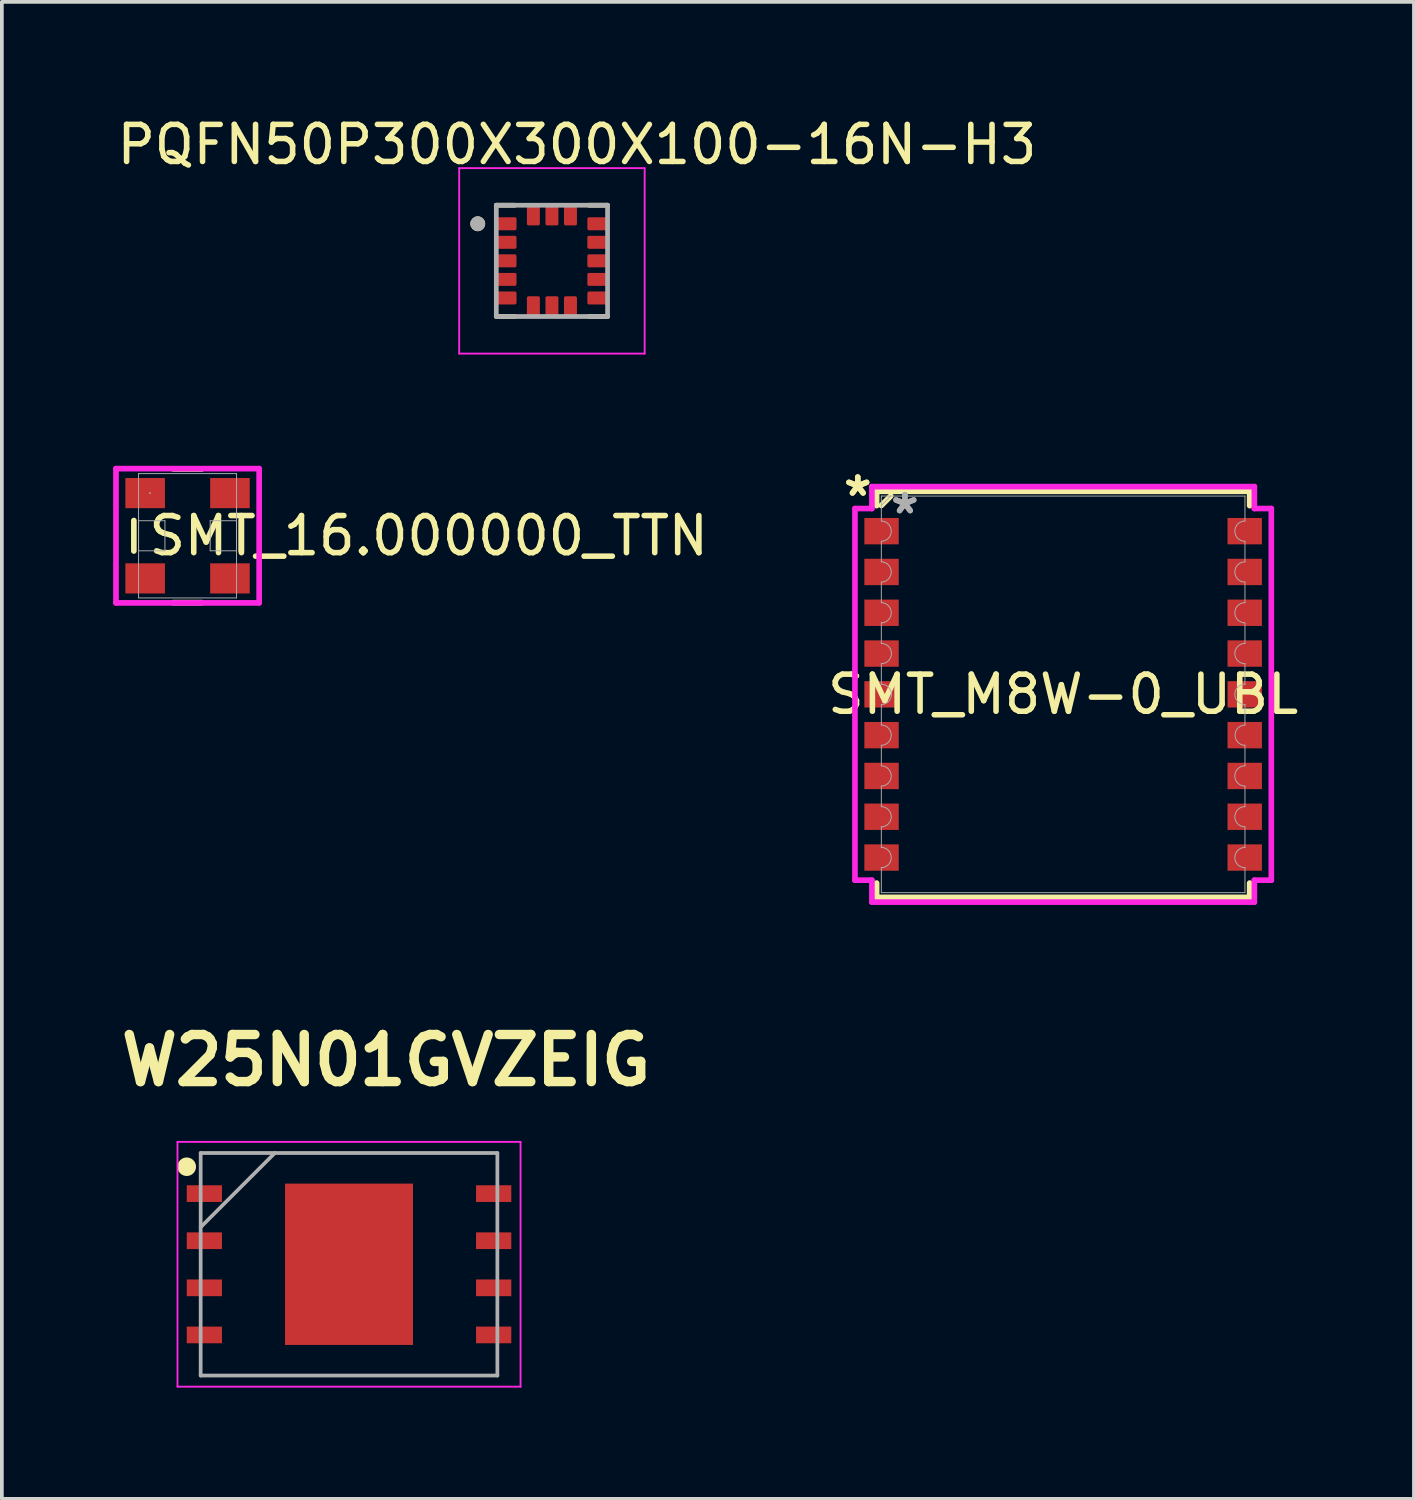
<source format=kicad_pcb>
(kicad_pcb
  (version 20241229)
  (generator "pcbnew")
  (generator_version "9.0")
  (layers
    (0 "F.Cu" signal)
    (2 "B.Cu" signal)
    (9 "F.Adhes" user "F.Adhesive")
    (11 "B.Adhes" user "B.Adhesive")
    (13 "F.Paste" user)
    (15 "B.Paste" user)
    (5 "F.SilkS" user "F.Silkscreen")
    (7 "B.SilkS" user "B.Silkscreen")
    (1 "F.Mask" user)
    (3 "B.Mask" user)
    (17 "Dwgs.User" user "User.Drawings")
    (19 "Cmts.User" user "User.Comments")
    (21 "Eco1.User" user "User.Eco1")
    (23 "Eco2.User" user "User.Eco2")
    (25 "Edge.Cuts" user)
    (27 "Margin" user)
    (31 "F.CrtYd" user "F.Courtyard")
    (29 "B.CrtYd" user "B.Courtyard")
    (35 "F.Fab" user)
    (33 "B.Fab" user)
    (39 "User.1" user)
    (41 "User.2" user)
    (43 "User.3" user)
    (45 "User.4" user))
  (footprint "SMT_M8W-0_UBL"
    (layer "F.Cu")
    (at 25.614 15.671)
    (property "Reference" "SMT_M8W-0_UBL" (at 0 0 0) (unlocked yes) (layer "F.SilkS") (effects (font (size 1 1) (thickness 0.15))))
    (attr smd)
    (fp_line (start -5.029 -5.474) (end 5.029 -5.474) (stroke (width 0.152) (type solid)) (layer "F.SilkS"))
    (fp_line (start -5.029 -5.088) (end -5.029 -5.474) (stroke (width 0.152) (type solid)) (layer "F.SilkS"))
    (fp_line (start -5.029 5.088) (end -5.029 5.474) (stroke (width 0.152) (type solid)) (layer "F.SilkS"))
    (fp_line (start -5.029 5.474) (end 5.029 5.474) (stroke (width 0.152) (type solid)) (layer "F.SilkS"))
    (fp_line (start -4.648 -5.347) (end -4.902 -5.093) (stroke (width 0.152) (type solid)) (layer "F.SilkS"))
    (fp_line (start 5.029 -5.088) (end 5.029 -5.474) (stroke (width 0.152) (type solid)) (layer "F.SilkS"))
    (fp_line (start 5.029 5.088) (end 5.029 5.474) (stroke (width 0.152) (type solid)) (layer "F.SilkS"))
    (fp_line (start -5.613 -5.01) (end -5.156 -5.01) (stroke (width 0.152) (type solid)) (layer "F.CrtYd"))
    (fp_line (start -5.613 5.01) (end -5.613 -5.01) (stroke (width 0.152) (type solid)) (layer "F.CrtYd"))
    (fp_line (start -5.613 5.01) (end -5.156 5.01) (stroke (width 0.152) (type solid)) (layer "F.CrtYd"))
    (fp_line (start -5.156 -5.601) (end 5.156 -5.601) (stroke (width 0.152) (type solid)) (layer "F.CrtYd"))
    (fp_line (start -5.156 -5.01) (end -5.156 -5.601) (stroke (width 0.152) (type solid)) (layer "F.CrtYd"))
    (fp_line (start -5.156 5.601) (end -5.156 5.01) (stroke (width 0.152) (type solid)) (layer "F.CrtYd"))
    (fp_line (start 5.156 -5.601) (end 5.156 -5.01) (stroke (width 0.152) (type solid)) (layer "F.CrtYd"))
    (fp_line (start 5.156 5.01) (end 5.156 5.601) (stroke (width 0.152) (type solid)) (layer "F.CrtYd"))
    (fp_line (start 5.156 5.601) (end -5.156 5.601) (stroke (width 0.152) (type solid)) (layer "F.CrtYd"))
    (fp_line (start 5.613 -5.01) (end 5.156 -5.01) (stroke (width 0.152) (type solid)) (layer "F.CrtYd"))
    (fp_line (start 5.613 -5.01) (end 5.613 5.01) (stroke (width 0.152) (type solid)) (layer "F.CrtYd"))
    (fp_line (start 5.613 5.01) (end 5.156 5.01) (stroke (width 0.152) (type solid)) (layer "F.CrtYd"))
    (fp_line (start -4.902 -5.347) (end 4.902 -5.347) (stroke (width 0.025) (type solid)) (layer "F.Fab"))
    (fp_line (start -4.902 -4.673) (end -4.902 -5.347) (stroke (width 0.025) (type solid)) (layer "F.Fab"))
    (fp_line (start -4.902 -4.127) (end -4.902 -3.573) (stroke (width 0.025) (type solid)) (layer "F.Fab"))
    (fp_line (start -4.902 -3.027) (end -4.902 -2.473) (stroke (width 0.025) (type solid)) (layer "F.Fab"))
    (fp_line (start -4.902 -1.927) (end -4.902 -1.373) (stroke (width 0.025) (type solid)) (layer "F.Fab"))
    (fp_line (start -4.902 -0.827) (end -4.902 -0.273) (stroke (width 0.025) (type solid)) (layer "F.Fab"))
    (fp_line (start -4.902 0.273) (end -4.902 0.827) (stroke (width 0.025) (type solid)) (layer "F.Fab"))
    (fp_line (start -4.902 1.373) (end -4.902 1.927) (stroke (width 0.025) (type solid)) (layer "F.Fab"))
    (fp_line (start -4.902 2.473) (end -4.902 3.027) (stroke (width 0.025) (type solid)) (layer "F.Fab"))
    (fp_line (start -4.902 3.573) (end -4.902 4.127) (stroke (width 0.025) (type solid)) (layer "F.Fab"))
    (fp_line (start -4.902 4.673) (end -4.902 5.347) (stroke (width 0.025) (type solid)) (layer "F.Fab"))
    (fp_line (start -4.902 5.347) (end 4.902 5.347) (stroke (width 0.025) (type solid)) (layer "F.Fab"))
    (fp_line (start -4.648 -5.347) (end -4.902 -5.093) (stroke (width 0.025) (type solid)) (layer "F.Fab"))
    (fp_line (start 4.902 -4.673) (end 4.902 -5.347) (stroke (width 0.025) (type solid)) (layer "F.Fab"))
    (fp_line (start 4.902 -4.127) (end 4.902 -3.573) (stroke (width 0.025) (type solid)) (layer "F.Fab"))
    (fp_line (start 4.902 -3.027) (end 4.902 -2.473) (stroke (width 0.025) (type solid)) (layer "F.Fab"))
    (fp_line (start 4.902 -1.927) (end 4.902 -1.373) (stroke (width 0.025) (type solid)) (layer "F.Fab"))
    (fp_line (start 4.902 -0.827) (end 4.902 -0.273) (stroke (width 0.025) (type solid)) (layer "F.Fab"))
    (fp_line (start 4.902 0.273) (end 4.902 0.827) (stroke (width 0.025) (type solid)) (layer "F.Fab"))
    (fp_line (start 4.902 1.373) (end 4.902 1.927) (stroke (width 0.025) (type solid)) (layer "F.Fab"))
    (fp_line (start 4.902 2.473) (end 4.902 3.027) (stroke (width 0.025) (type solid)) (layer "F.Fab"))
    (fp_line (start 4.902 3.573) (end 4.902 4.127) (stroke (width 0.025) (type solid)) (layer "F.Fab"))
    (fp_line (start 4.902 4.673) (end 4.902 5.347) (stroke (width 0.025) (type solid)) (layer "F.Fab"))
    (fp_arc (start -4.9022 -4.673051) (mid -4.62915 -4.400001) (end -4.9022 -4.126951) (stroke (width 0.0254) (type solid)) (layer "F.Fab"))
    (fp_arc (start -4.9022 -3.573051) (mid -4.62915 -3.300001) (end -4.9022 -3.026951) (stroke (width 0.0254) (type solid)) (layer "F.Fab"))
    (fp_arc (start -4.9022 -2.473051) (mid -4.62915 -2.200001) (end -4.9022 -1.926951) (stroke (width 0.0254) (type solid)) (layer "F.Fab"))
    (fp_arc (start -4.9022 -1.37305) (mid -4.62915 -1.1) (end -4.9022 -0.82695) (stroke (width 0.0254) (type solid)) (layer "F.Fab"))
    (fp_arc (start -4.9022 -0.27305) (mid -4.62915 0) (end -4.9022 0.27305) (stroke (width 0.0254) (type solid)) (layer "F.Fab"))
    (fp_arc (start -4.9022 0.82695) (mid -4.62915 1.1) (end -4.9022 1.37305) (stroke (width 0.0254) (type solid)) (layer "F.Fab"))
    (fp_arc (start -4.9022 1.926951) (mid -4.62915 2.200001) (end -4.9022 2.473051) (stroke (width 0.0254) (type solid)) (layer "F.Fab"))
    (fp_arc (start -4.9022 3.026948) (mid -4.62915 3.299998) (end -4.9022 3.573048) (stroke (width 0.0254) (type solid)) (layer "F.Fab"))
    (fp_arc (start -4.9022 4.126949) (mid -4.62915 4.399999) (end -4.9022 4.673049) (stroke (width 0.0254) (type solid)) (layer "F.Fab"))
    (fp_arc (start 4.9022 -4.126951) (mid 4.62915 -4.400001) (end 4.9022 -4.673051) (stroke (width 0.0254) (type solid)) (layer "F.Fab"))
    (fp_arc (start 4.9022 -3.026951) (mid 4.62915 -3.300001) (end 4.9022 -3.573051) (stroke (width 0.0254) (type solid)) (layer "F.Fab"))
    (fp_arc (start 4.9022 -1.926951) (mid 4.62915 -2.200001) (end 4.9022 -2.473051) (stroke (width 0.0254) (type solid)) (layer "F.Fab"))
    (fp_arc (start 4.9022 -0.82695) (mid 4.62915 -1.1) (end 4.9022 -1.37305) (stroke (width 0.0254) (type solid)) (layer "F.Fab"))
    (fp_arc (start 4.9022 0.27305) (mid 4.62915 0) (end 4.9022 -0.27305) (stroke (width 0.0254) (type solid)) (layer "F.Fab"))
    (fp_arc (start 4.9022 1.37305) (mid 4.62915 1.1) (end 4.9022 0.82695) (stroke (width 0.0254) (type solid)) (layer "F.Fab"))
    (fp_arc (start 4.9022 2.473051) (mid 4.62915 2.200001) (end 4.9022 1.926951) (stroke (width 0.0254) (type solid)) (layer "F.Fab"))
    (fp_arc (start 4.9022 3.573048) (mid 4.62915 3.299998) (end 4.9022 3.026948) (stroke (width 0.0254) (type solid)) (layer "F.Fab"))
    (fp_arc (start 4.9022 4.673049) (mid 4.62915 4.399999) (end 4.9022 4.126949) (stroke (width 0.0254) (type solid)) (layer "F.Fab"))
    (fp_text user "*" (at -5.537 -5.314 0) (layer "F.SilkS") (effects (font (size 1 1) (thickness 0.15))))
    (fp_text user "*" (at -5.537 -5.314 0) (unlocked yes) (layer "F.SilkS") (effects (font (size 1 1) (thickness 0.15))))
    (fp_text user "*" (at -4.267 -4.839 0) (layer "F.Fab") (effects (font (size 1 1) (thickness 0.15))))
    (fp_text user "*" (at -4.267 -4.839 0) (unlocked yes) (layer "F.Fab") (effects (font (size 1 1) (thickness 0.15))))
    (pad "1" smd rect (at -4.896 -4.4) (size 0.927 0.711) (layers "F.Cu" "F.Mask" "F.Paste"))
    (pad "2" smd rect (at -4.896 -3.3) (size 0.927 0.711) (layers "F.Cu" "F.Mask" "F.Paste"))
    (pad "3" smd rect (at -4.896 -2.2) (size 0.927 0.711) (layers "F.Cu" "F.Mask" "F.Paste"))
    (pad "4" smd rect (at -4.896 -1.1) (size 0.927 0.711) (layers "F.Cu" "F.Mask" "F.Paste"))
    (pad "5" smd rect (at -4.896 0) (size 0.927 0.711) (layers "F.Cu" "F.Mask" "F.Paste"))
    (pad "6" smd rect (at -4.896 1.1) (size 0.927 0.711) (layers "F.Cu" "F.Mask" "F.Paste"))
    (pad "7" smd rect (at -4.896 2.2) (size 0.927 0.711) (layers "F.Cu" "F.Mask" "F.Paste"))
    (pad "8" smd rect (at -4.896 3.3) (size 0.927 0.711) (layers "F.Cu" "F.Mask" "F.Paste"))
    (pad "9" smd rect (at -4.896 4.4) (size 0.927 0.711) (layers "F.Cu" "F.Mask" "F.Paste"))
    (pad "10" smd rect (at 4.896 4.4) (size 0.927 0.711) (layers "F.Cu" "F.Mask" "F.Paste"))
    (pad "11" smd rect (at 4.896 3.3) (size 0.927 0.711) (layers "F.Cu" "F.Mask" "F.Paste"))
    (pad "12" smd rect (at 4.896 2.2) (size 0.927 0.711) (layers "F.Cu" "F.Mask" "F.Paste"))
    (pad "13" smd rect (at 4.896 1.1) (size 0.927 0.711) (layers "F.Cu" "F.Mask" "F.Paste"))
    (pad "14" smd rect (at 4.896 0) (size 0.927 0.711) (layers "F.Cu" "F.Mask" "F.Paste"))
    (pad "15" smd rect (at 4.896 -1.1) (size 0.927 0.711) (layers "F.Cu" "F.Mask" "F.Paste"))
    (pad "16" smd rect (at 4.896 -2.2) (size 0.927 0.711) (layers "F.Cu" "F.Mask" "F.Paste"))
    (pad "17" smd rect (at 4.896 -3.3) (size 0.927 0.711) (layers "F.Cu" "F.Mask" "F.Paste"))
    (pad "18" smd rect (at 4.896 -4.4) (size 0.927 0.711) (layers "F.Cu" "F.Mask" "F.Paste")))
  (footprint "PQFN50P300X300X100-16N-H3"
    (layer "F.Cu")
    (at 11.831 3.983)
    (property "Reference" "PQFN50P300X300X100-16N-H3" (at 0.675 -3.135 0) (layer "F.SilkS") (effects (font (size 1 1) (thickness 0.15))))
    (attr smd)
    (fp_line (start -1.5 -1.5) (end -1 -1.5) (stroke (width 0.127) (type solid)) (layer "F.SilkS"))
    (fp_line (start -1.5 1.5) (end -1 1.5) (stroke (width 0.127) (type solid)) (layer "F.SilkS"))
    (fp_line (start 1.5 -1.5) (end 1 -1.5) (stroke (width 0.127) (type solid)) (layer "F.SilkS"))
    (fp_line (start 1.5 1.5) (end 1 1.5) (stroke (width 0.127) (type solid)) (layer "F.SilkS"))
    (fp_circle (center -2 -1) (end -1.9 -1) (stroke (width 0.2) (type solid)) (fill no) (layer "F.SilkS"))
    (fp_line (start -2.5 -2.5) (end 2.5 -2.5) (stroke (width 0.05) (type solid)) (layer "F.CrtYd"))
    (fp_line (start -2.5 2.5) (end -2.5 -2.5) (stroke (width 0.05) (type solid)) (layer "F.CrtYd"))
    (fp_line (start -2.5 2.5) (end 2.5 2.5) (stroke (width 0.05) (type solid)) (layer "F.CrtYd"))
    (fp_line (start 2.5 2.5) (end 2.5 -2.5) (stroke (width 0.05) (type solid)) (layer "F.CrtYd"))
    (fp_line (start -1.5 1.5) (end -1.5 -1.5) (stroke (width 0.127) (type solid)) (layer "F.Fab"))
    (fp_line (start 1.5 -1.5) (end -1.5 -1.5) (stroke (width 0.127) (type solid)) (layer "F.Fab"))
    (fp_line (start 1.5 1.5) (end -1.5 1.5) (stroke (width 0.127) (type solid)) (layer "F.Fab"))
    (fp_line (start 1.5 1.5) (end 1.5 -1.5) (stroke (width 0.127) (type solid)) (layer "F.Fab"))
    (fp_circle (center -2 -1) (end -1.9 -1) (stroke (width 0.2) (type solid)) (fill no) (layer "F.Fab"))
    (pad "1" smd roundrect (at -1.22 -1) (size 0.53 0.35) (layers "F.Cu" "F.Mask" "F.Paste") (roundrect_rratio 0.125))
    (pad "2" smd roundrect (at -1.22 -0.5) (size 0.53 0.35) (layers "F.Cu" "F.Mask" "F.Paste") (roundrect_rratio 0.125))
    (pad "3" smd roundrect (at -1.22 0) (size 0.53 0.35) (layers "F.Cu" "F.Mask" "F.Paste") (roundrect_rratio 0.125))
    (pad "4" smd roundrect (at -1.22 0.5) (size 0.53 0.35) (layers "F.Cu" "F.Mask" "F.Paste") (roundrect_rratio 0.125))
    (pad "5" smd roundrect (at -1.22 1) (size 0.53 0.35) (layers "F.Cu" "F.Mask" "F.Paste") (roundrect_rratio 0.125))
    (pad "6" smd roundrect (at -0.5 1.22) (size 0.35 0.53) (layers "F.Cu" "F.Mask" "F.Paste") (roundrect_rratio 0.125))
    (pad "7" smd roundrect (at 0 1.22) (size 0.35 0.53) (layers "F.Cu" "F.Mask" "F.Paste") (roundrect_rratio 0.125))
    (pad "8" smd roundrect (at 0.5 1.22) (size 0.35 0.53) (layers "F.Cu" "F.Mask" "F.Paste") (roundrect_rratio 0.125))
    (pad "9" smd roundrect (at 1.22 1) (size 0.53 0.35) (layers "F.Cu" "F.Mask" "F.Paste") (roundrect_rratio 0.125))
    (pad "10" smd roundrect (at 1.22 0.5) (size 0.53 0.35) (layers "F.Cu" "F.Mask" "F.Paste") (roundrect_rratio 0.125))
    (pad "11" smd roundrect (at 1.22 0) (size 0.53 0.35) (layers "F.Cu" "F.Mask" "F.Paste") (roundrect_rratio 0.125))
    (pad "12" smd roundrect (at 1.22 -0.5) (size 0.53 0.35) (layers "F.Cu" "F.Mask" "F.Paste") (roundrect_rratio 0.125))
    (pad "13" smd roundrect (at 1.22 -1) (size 0.53 0.35) (layers "F.Cu" "F.Mask" "F.Paste") (roundrect_rratio 0.125))
    (pad "14" smd roundrect (at 0.5 -1.22) (size 0.35 0.53) (layers "F.Cu" "F.Mask" "F.Paste") (roundrect_rratio 0.125))
    (pad "15" smd roundrect (at 0 -1.22) (size 0.35 0.53) (layers "F.Cu" "F.Mask" "F.Paste") (roundrect_rratio 0.125))
    (pad "16" smd roundrect (at -0.5 -1.22) (size 0.35 0.53) (layers "F.Cu" "F.Mask" "F.Paste") (roundrect_rratio 0.125)))
  (footprint "W25N01GVZEIG"
    (layer "F.Cu")
    (at 6.36 31.037)
    (property "Reference" "W25N01GVZEIG" (at 1 -5.5 0) (layer "F.SilkS") (effects (font (size 1.27 1.27) (thickness 0.254))))
    (attr smd)
    (fp_circle (center -4.375 -2.63) (end -4.375 -2.505) (stroke (width 0.25) (type solid)) (fill no) (layer "F.SilkS"))
    (fp_line (start -4.625 -3.3) (end 4.625 -3.3) (stroke (width 0.05) (type solid)) (layer "F.CrtYd"))
    (fp_line (start -4.625 3.3) (end -4.625 -3.3) (stroke (width 0.05) (type solid)) (layer "F.CrtYd"))
    (fp_line (start 4.625 -3.3) (end 4.625 3.3) (stroke (width 0.05) (type solid)) (layer "F.CrtYd"))
    (fp_line (start 4.625 3.3) (end -4.625 3.3) (stroke (width 0.05) (type solid)) (layer "F.CrtYd"))
    (fp_line (start -4 -3) (end 4 -3) (stroke (width 0.1) (type solid)) (layer "F.Fab"))
    (fp_line (start -4 -1) (end -2 -3) (stroke (width 0.1) (type solid)) (layer "F.Fab"))
    (fp_line (start -4 3) (end -4 -3) (stroke (width 0.1) (type solid)) (layer "F.Fab"))
    (fp_line (start 4 -3) (end 4 3) (stroke (width 0.1) (type solid)) (layer "F.Fab"))
    (fp_line (start 4 3) (end -4 3) (stroke (width 0.1) (type solid)) (layer "F.Fab"))
    (pad "1" smd rect (at -3.9 -1.905 90) (size 0.45 0.95) (layers "F.Cu" "F.Mask" "F.Paste"))
    (pad "2" smd rect (at -3.9 -0.635 90) (size 0.45 0.95) (layers "F.Cu" "F.Mask" "F.Paste"))
    (pad "3" smd rect (at -3.9 0.635 90) (size 0.45 0.95) (layers "F.Cu" "F.Mask" "F.Paste"))
    (pad "4" smd rect (at -3.9 1.905 90) (size 0.45 0.95) (layers "F.Cu" "F.Mask" "F.Paste"))
    (pad "5" smd rect (at 3.9 1.905 90) (size 0.45 0.95) (layers "F.Cu" "F.Mask" "F.Paste"))
    (pad "6" smd rect (at 3.9 0.635 90) (size 0.45 0.95) (layers "F.Cu" "F.Mask" "F.Paste"))
    (pad "7" smd rect (at 3.9 -0.635 90) (size 0.45 0.95) (layers "F.Cu" "F.Mask" "F.Paste"))
    (pad "8" smd rect (at 3.9 -1.905 90) (size 0.45 0.95) (layers "F.Cu" "F.Mask" "F.Paste"))
    (pad "9" smd rect (at 0 0) (size 3.45 4.35) (layers "F.Cu" "F.Mask" "F.Paste")))
  (footprint "SMT_16.000000_TTN"
    (layer "F.Cu")
    (at 2.007 11.395)
    (property "Reference" "SMT_16.000000_TTN" (at 6.5 0 0) (unlocked yes) (layer "F.SilkS") (effects (font (size 1 1) (thickness 0.15))))
    (attr smd)
    (fp_line (start -1.448 -0.411) (end -1.448 0.411) (stroke (width 0.152) (type solid)) (layer "F.SilkS"))
    (fp_line (start -0.387 1.803) (end 0.387 1.803) (stroke (width 0.152) (type solid)) (layer "F.SilkS"))
    (fp_line (start 0.387 -1.803) (end -0.387 -1.803) (stroke (width 0.152) (type solid)) (layer "F.SilkS"))
    (fp_line (start 1.448 0.411) (end 1.448 -0.411) (stroke (width 0.152) (type solid)) (layer "F.SilkS"))
    (fp_line (start -1.93 -1.81) (end 1.93 -1.81) (stroke (width 0.152) (type solid)) (layer "F.CrtYd"))
    (fp_line (start -1.93 1.81) (end -1.93 -1.81) (stroke (width 0.152) (type solid)) (layer "F.CrtYd"))
    (fp_line (start 1.93 -1.81) (end 1.93 1.81) (stroke (width 0.152) (type solid)) (layer "F.CrtYd"))
    (fp_line (start 1.93 1.81) (end -1.93 1.81) (stroke (width 0.152) (type solid)) (layer "F.CrtYd"))
    (fp_line (start -1.321 -1.676) (end -1.321 1.676) (stroke (width 0.025) (type solid)) (layer "F.Fab"))
    (fp_line (start -1.321 -0.406) (end -1.321 0.406) (stroke (width 0.025) (type solid)) (layer "F.Fab"))
    (fp_line (start -1.321 0.406) (end -0.61 0.406) (stroke (width 0.025) (type solid)) (layer "F.Fab"))
    (fp_line (start -1.321 1.676) (end 1.321 1.676) (stroke (width 0.025) (type solid)) (layer "F.Fab"))
    (fp_line (start -0.61 -0.406) (end -1.321 -0.406) (stroke (width 0.025) (type solid)) (layer "F.Fab"))
    (fp_line (start -0.61 0.406) (end -0.61 -0.406) (stroke (width 0.025) (type solid)) (layer "F.Fab"))
    (fp_line (start 0.61 -0.406) (end 0.61 0.406) (stroke (width 0.025) (type solid)) (layer "F.Fab"))
    (fp_line (start 0.61 0.406) (end 1.321 0.406) (stroke (width 0.025) (type solid)) (layer "F.Fab"))
    (fp_line (start 1.321 -1.676) (end -1.321 -1.676) (stroke (width 0.025) (type solid)) (layer "F.Fab"))
    (fp_line (start 1.321 -0.406) (end 0.61 -0.406) (stroke (width 0.025) (type solid)) (layer "F.Fab"))
    (fp_line (start 1.321 0.406) (end 1.321 -0.406) (stroke (width 0.025) (type solid)) (layer "F.Fab"))
    (fp_line (start 1.321 1.676) (end 1.321 -1.676) (stroke (width 0.025) (type solid)) (layer "F.Fab"))
    (fp_circle (center -1.016 -1.15) (end -1.016 -1.15) (stroke (width 0.025) (type solid)) (fill no) (layer "F.Fab"))
    (pad "1" smd rect (at -1.143 -1.15) (size 1.067 0.813) (layers "F.Cu" "F.Mask" "F.Paste"))
    (pad "2" smd rect (at -1.143 1.15) (size 1.067 0.813) (layers "F.Cu" "F.Mask" "F.Paste"))
    (pad "3" smd rect (at 1.143 1.15) (size 1.067 0.813) (layers "F.Cu" "F.Mask" "F.Paste"))
    (pad "4" smd rect (at 1.143 -1.15) (size 1.067 0.813) (layers "F.Cu" "F.Mask" "F.Paste"))
    (zone (net_name "") (layer "F.Cu") (hatch full 0.508) (connect_pads) (min_thickness 0.254) (filled_areas_thickness no) (keepout (tracks not_allowed) (vias not_allowed) (pads allowed) (copperpour not_allowed) (footprints allowed)) (placement (enabled no)) (fill) (polygon (pts (xy 1.448 9.769) (xy 2.565 9.769) (xy 2.565 13.02) (xy 1.448 13.02)))))
  (gr_rect
    (start -3 -3)
    (end 35.072 37.362)
    (stroke (width 0.1) (type default))
    (fill no)
    (layer "Edge.Cuts")))
</source>
